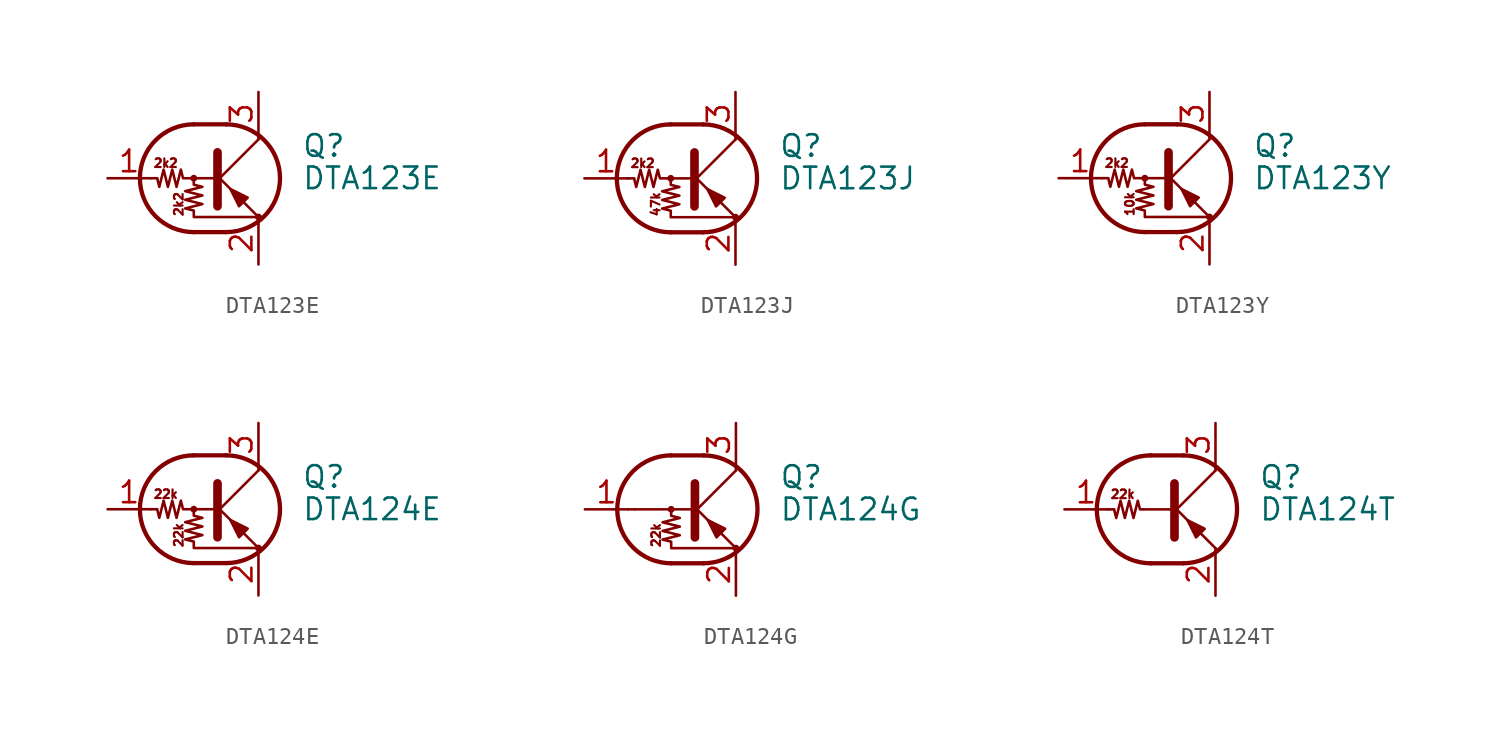
<source format=kicad_sym>
(kicad_symbol_lib
  (version 20201005)
  (generator kicad_symbol_editor)
  (symbol "DTA123E"
    (pin_names
      (offset 0) hide)
    (property "Reference" "Q"
      (at 5.08 1.905 0)
      (effects (font (size 1.27 1.27)) (justify left)))
    (property "Value" "DTA123E"
      (at 5.08 0 0)
      (effects (font (size 1.27 1.27)) (justify left)))
    (symbol "DTA123E_0_0"
      (text "2k2" (at -2.921 0.889 0) (effects (font (size 0.508 0.508))))
      (text "2k2" (at -2.159 -1.524 900) (effects (font (size 0.508 0.508)))))
    (symbol "DTA123E_0_1"
      (arc (start -1.27 3.175) (end -1.27 -3.175) (radius (at -1.27 0) (length 3.175) (angles 90.1 -90.1)) (stroke (width 0.254)) (fill (type none)))
      (arc (start 0.635 -3.175) (end 0.635 3.175) (radius (at 0.635 0) (length 3.175) (angles -89.9 89.9)) (stroke (width 0.254)) (fill (type none)))
      (circle (center -1.27 0) (radius 0.127) (stroke (width 0)) (fill (type none)))
      (circle (center 2.54 -2.286) (radius 0.127) (stroke (width 0)) (fill (type none)))
      (polyline (pts (xy -3.429 0) (xy -3.81 0)) (stroke (width 0)) (fill (type none)))
      (polyline (pts (xy -1.27 -3.175) (xy 0.635 -3.175)) (stroke (width 0.254)) (fill (type none)))
      (polyline (pts (xy -1.27 3.175) (xy 0.635 3.175)) (stroke (width 0.254)) (fill (type none)))
      (polyline (pts (xy 0 -0.254) (xy 2.54 2.286)) (stroke (width 0)) (fill (type none)))
      (polyline (pts (xy 2.54 2.286) (xy 2.54 2.54)) (stroke (width 0)) (fill (type none)))
      (polyline (pts (xy 2.54 -2.286) (xy 0 0.254) (xy 0 0.254)) (stroke (width 0)) (fill (type none)))
      (polyline (pts (xy 0 0) (xy -1.905 0) (xy -2.032 0.508) (xy -2.286 -0.508) (xy -2.54 0.508) (xy -2.794 -0.508) (xy -3.048 0.508) (xy -3.302 -0.508) (xy -3.429 0)) (stroke (width 0)) (fill (type none)))
      (polyline (pts (xy -1.27 0) (xy -1.27 -0.381) (xy -0.762 -0.508) (xy -1.778 -0.762) (xy -0.762 -1.016) (xy -1.778 -1.27) (xy -0.762 -1.524) (xy -1.778 -1.778) (xy -1.27 -1.905) (xy -1.27 -2.286) (xy 2.54 -2.286)) (stroke (width 0)) (fill (type none)))
      (polyline (pts (xy 0.127 1.524) (xy 0.127 -1.651)) (stroke (width 0.508)) (fill (type outline)))
      (polyline (pts (xy 1.397 -1.651) (xy 1.905 -1.143) (xy 0.889 -0.635) (xy 1.397 -1.651)) (stroke (width 0)) (fill (type outline))))
    (symbol "DTA123E_1_1"
      (pin input line (at -6.35 0 0) (length 2.54) (name "B" (effects (font (size 1.27 1.27)))) (number "1" (effects (font (size 1.27 1.27)))))
      (pin passive line (at 2.54 -5.08 90) (length 2.54) (name "E" (effects (font (size 1.27 1.27)))) (number "2" (effects (font (size 1.27 1.27)))))
      (pin passive line (at 2.54 5.08 270) (length 2.54) (name "C" (effects (font (size 1.27 1.27)))) (number "3" (effects (font (size 1.27 1.27)))))))
  (symbol "DTA123J"
    (pin_names
      (offset 0) hide)
    (property "Reference" "Q"
      (at 5.08 1.905 0)
      (effects (font (size 1.27 1.27)) (justify left)))
    (property "Value" "DTA123J"
      (at 5.08 0 0)
      (effects (font (size 1.27 1.27)) (justify left)))
    (symbol "DTA123J_0_0"
      (text "2k2" (at -2.921 0.889 0) (effects (font (size 0.508 0.508))))
      (text "47k" (at -2.159 -1.524 900) (effects (font (size 0.508 0.508)))))
    (symbol "DTA123J_0_1"
      (arc (start -1.27 3.175) (end -1.27 -3.175) (radius (at -1.27 0) (length 3.175) (angles 90.1 -90.1)) (stroke (width 0.254)) (fill (type none)))
      (arc (start 0.635 -3.175) (end 0.635 3.175) (radius (at 0.635 0) (length 3.175) (angles -89.9 89.9)) (stroke (width 0.254)) (fill (type none)))
      (circle (center -1.27 0) (radius 0.127) (stroke (width 0)) (fill (type none)))
      (circle (center 2.54 -2.286) (radius 0.127) (stroke (width 0)) (fill (type none)))
      (polyline (pts (xy -3.429 0) (xy -3.81 0)) (stroke (width 0)) (fill (type none)))
      (polyline (pts (xy -1.27 -3.175) (xy 0.635 -3.175)) (stroke (width 0.254)) (fill (type none)))
      (polyline (pts (xy -1.27 3.175) (xy 0.635 3.175)) (stroke (width 0.254)) (fill (type none)))
      (polyline (pts (xy 0 -0.254) (xy 2.54 2.286)) (stroke (width 0)) (fill (type none)))
      (polyline (pts (xy 2.54 2.286) (xy 2.54 2.54)) (stroke (width 0)) (fill (type none)))
      (polyline (pts (xy 2.54 -2.286) (xy 0 0.254) (xy 0 0.254)) (stroke (width 0)) (fill (type none)))
      (polyline (pts (xy 0 0) (xy -1.905 0) (xy -2.032 0.508) (xy -2.286 -0.508) (xy -2.54 0.508) (xy -2.794 -0.508) (xy -3.048 0.508) (xy -3.302 -0.508) (xy -3.429 0)) (stroke (width 0)) (fill (type none)))
      (polyline (pts (xy -1.27 0) (xy -1.27 -0.381) (xy -0.762 -0.508) (xy -1.778 -0.762) (xy -0.762 -1.016) (xy -1.778 -1.27) (xy -0.762 -1.524) (xy -1.778 -1.778) (xy -1.27 -1.905) (xy -1.27 -2.286) (xy 2.54 -2.286)) (stroke (width 0)) (fill (type none)))
      (polyline (pts (xy 0.127 1.524) (xy 0.127 -1.651)) (stroke (width 0.508)) (fill (type outline)))
      (polyline (pts (xy 1.397 -1.651) (xy 1.905 -1.143) (xy 0.889 -0.635) (xy 1.397 -1.651)) (stroke (width 0)) (fill (type outline))))
    (symbol "DTA123J_1_1"
      (pin input line (at -6.35 0 0) (length 2.54) (name "B" (effects (font (size 1.27 1.27)))) (number "1" (effects (font (size 1.27 1.27)))))
      (pin passive line (at 2.54 -5.08 90) (length 2.54) (name "E" (effects (font (size 1.27 1.27)))) (number "2" (effects (font (size 1.27 1.27)))))
      (pin passive line (at 2.54 5.08 270) (length 2.54) (name "C" (effects (font (size 1.27 1.27)))) (number "3" (effects (font (size 1.27 1.27)))))))
  (symbol "DTA123Y"
    (pin_names
      (offset 0) hide)
    (property "Reference" "Q"
      (at 5.08 1.905 0)
      (effects (font (size 1.27 1.27)) (justify left)))
    (property "Value" "DTA123Y"
      (at 5.08 0 0)
      (effects (font (size 1.27 1.27)) (justify left)))
    (symbol "DTA123Y_0_0"
      (text "10k" (at -2.159 -1.524 900) (effects (font (size 0.508 0.508))))
      (text "2k2" (at -2.921 0.889 0) (effects (font (size 0.508 0.508)))))
    (symbol "DTA123Y_0_1"
      (arc (start -1.27 3.175) (end -1.27 -3.175) (radius (at -1.27 0) (length 3.175) (angles 90.1 -90.1)) (stroke (width 0.254)) (fill (type none)))
      (arc (start 0.635 -3.175) (end 0.635 3.175) (radius (at 0.635 0) (length 3.175) (angles -89.9 89.9)) (stroke (width 0.254)) (fill (type none)))
      (circle (center -1.27 0) (radius 0.127) (stroke (width 0)) (fill (type none)))
      (circle (center 2.54 -2.286) (radius 0.127) (stroke (width 0)) (fill (type none)))
      (polyline (pts (xy -3.429 0) (xy -3.81 0)) (stroke (width 0)) (fill (type none)))
      (polyline (pts (xy -1.27 -3.175) (xy 0.635 -3.175)) (stroke (width 0.254)) (fill (type none)))
      (polyline (pts (xy -1.27 3.175) (xy 0.635 3.175)) (stroke (width 0.254)) (fill (type none)))
      (polyline (pts (xy 0 -0.254) (xy 2.54 2.286)) (stroke (width 0)) (fill (type none)))
      (polyline (pts (xy 2.54 2.286) (xy 2.54 2.54)) (stroke (width 0)) (fill (type none)))
      (polyline (pts (xy 2.54 -2.286) (xy 0 0.254) (xy 0 0.254)) (stroke (width 0)) (fill (type none)))
      (polyline (pts (xy 0 0) (xy -1.905 0) (xy -2.032 0.508) (xy -2.286 -0.508) (xy -2.54 0.508) (xy -2.794 -0.508) (xy -3.048 0.508) (xy -3.302 -0.508) (xy -3.429 0)) (stroke (width 0)) (fill (type none)))
      (polyline (pts (xy -1.27 0) (xy -1.27 -0.381) (xy -0.762 -0.508) (xy -1.778 -0.762) (xy -0.762 -1.016) (xy -1.778 -1.27) (xy -0.762 -1.524) (xy -1.778 -1.778) (xy -1.27 -1.905) (xy -1.27 -2.286) (xy 2.54 -2.286)) (stroke (width 0)) (fill (type none)))
      (polyline (pts (xy 0.127 1.524) (xy 0.127 -1.651)) (stroke (width 0.508)) (fill (type outline)))
      (polyline (pts (xy 1.397 -1.651) (xy 1.905 -1.143) (xy 0.889 -0.635) (xy 1.397 -1.651)) (stroke (width 0)) (fill (type outline))))
    (symbol "DTA123Y_1_1"
      (pin input line (at -6.35 0 0) (length 2.54) (name "B" (effects (font (size 1.27 1.27)))) (number "1" (effects (font (size 1.27 1.27)))))
      (pin passive line (at 2.54 -5.08 90) (length 2.54) (name "E" (effects (font (size 1.27 1.27)))) (number "2" (effects (font (size 1.27 1.27)))))
      (pin passive line (at 2.54 5.08 270) (length 2.54) (name "C" (effects (font (size 1.27 1.27)))) (number "3" (effects (font (size 1.27 1.27)))))))
  (symbol "DTA124E"
    (pin_names
      (offset 0) hide)
    (property "Reference" "Q"
      (at 5.08 1.905 0)
      (effects (font (size 1.27 1.27)) (justify left)))
    (property "Value" "DTA124E"
      (at 5.08 0 0)
      (effects (font (size 1.27 1.27)) (justify left)))
    (symbol "DTA124E_0_0"
      (text "22k" (at -2.921 0.889 0) (effects (font (size 0.508 0.508))))
      (text "22k" (at -2.159 -1.524 900) (effects (font (size 0.508 0.508)))))
    (symbol "DTA124E_0_1"
      (arc (start -1.27 3.175) (end -1.27 -3.175) (radius (at -1.27 0) (length 3.175) (angles 90.1 -90.1)) (stroke (width 0.254)) (fill (type none)))
      (arc (start 0.635 -3.175) (end 0.635 3.175) (radius (at 0.635 0) (length 3.175) (angles -89.9 89.9)) (stroke (width 0.254)) (fill (type none)))
      (circle (center -1.27 0) (radius 0.127) (stroke (width 0)) (fill (type none)))
      (circle (center 2.54 -2.286) (radius 0.127) (stroke (width 0)) (fill (type none)))
      (polyline (pts (xy -3.429 0) (xy -3.81 0)) (stroke (width 0)) (fill (type none)))
      (polyline (pts (xy -1.27 -3.175) (xy 0.635 -3.175)) (stroke (width 0.254)) (fill (type none)))
      (polyline (pts (xy -1.27 3.175) (xy 0.635 3.175)) (stroke (width 0.254)) (fill (type none)))
      (polyline (pts (xy 0 -0.254) (xy 2.54 2.286)) (stroke (width 0)) (fill (type none)))
      (polyline (pts (xy 2.54 2.286) (xy 2.54 2.54)) (stroke (width 0)) (fill (type none)))
      (polyline (pts (xy 2.54 -2.286) (xy 0 0.254) (xy 0 0.254)) (stroke (width 0)) (fill (type none)))
      (polyline (pts (xy 0 0) (xy -1.905 0) (xy -2.032 0.508) (xy -2.286 -0.508) (xy -2.54 0.508) (xy -2.794 -0.508) (xy -3.048 0.508) (xy -3.302 -0.508) (xy -3.429 0)) (stroke (width 0)) (fill (type none)))
      (polyline (pts (xy -1.27 0) (xy -1.27 -0.381) (xy -0.762 -0.508) (xy -1.778 -0.762) (xy -0.762 -1.016) (xy -1.778 -1.27) (xy -0.762 -1.524) (xy -1.778 -1.778) (xy -1.27 -1.905) (xy -1.27 -2.286) (xy 2.54 -2.286)) (stroke (width 0)) (fill (type none)))
      (polyline (pts (xy 0.127 1.524) (xy 0.127 -1.651)) (stroke (width 0.508)) (fill (type outline)))
      (polyline (pts (xy 1.397 -1.651) (xy 1.905 -1.143) (xy 0.889 -0.635) (xy 1.397 -1.651)) (stroke (width 0)) (fill (type outline))))
    (symbol "DTA124E_1_1"
      (pin input line (at -6.35 0 0) (length 2.54) (name "B" (effects (font (size 1.27 1.27)))) (number "1" (effects (font (size 1.27 1.27)))))
      (pin passive line (at 2.54 -5.08 90) (length 2.54) (name "E" (effects (font (size 1.27 1.27)))) (number "2" (effects (font (size 1.27 1.27)))))
      (pin passive line (at 2.54 5.08 270) (length 2.54) (name "C" (effects (font (size 1.27 1.27)))) (number "3" (effects (font (size 1.27 1.27)))))))
  (symbol "DTA124G"
    (pin_names
      (offset 0) hide)
    (property "Reference" "Q"
      (at 5.08 1.905 0)
      (effects (font (size 1.27 1.27)) (justify left)))
    (property "Value" "DTA124G"
      (at 5.08 0 0)
      (effects (font (size 1.27 1.27)) (justify left)))
    (symbol "DTA124G_0_0"
      (text "22k" (at -2.159 -1.524 900) (effects (font (size 0.508 0.508))))
      (polyline (pts (xy -3.429 0) (xy 0 0)) (stroke (width 0)) (fill (type none))))
    (symbol "DTA124G_0_1"
      (arc (start -1.27 3.175) (end -1.27 -3.175) (radius (at -1.27 0) (length 3.175) (angles 90.1 -90.1)) (stroke (width 0.254)) (fill (type none)))
      (arc (start 0.635 -3.175) (end 0.635 3.175) (radius (at 0.635 0) (length 3.175) (angles -89.9 89.9)) (stroke (width 0.254)) (fill (type none)))
      (circle (center -1.27 0) (radius 0.127) (stroke (width 0)) (fill (type none)))
      (circle (center 2.54 -2.286) (radius 0.127) (stroke (width 0)) (fill (type none)))
      (polyline (pts (xy -3.429 0) (xy -3.81 0)) (stroke (width 0)) (fill (type none)))
      (polyline (pts (xy -1.27 -3.175) (xy 0.635 -3.175)) (stroke (width 0.254)) (fill (type none)))
      (polyline (pts (xy -1.27 3.175) (xy 0.635 3.175)) (stroke (width 0.254)) (fill (type none)))
      (polyline (pts (xy 0 -0.254) (xy 2.54 2.286)) (stroke (width 0)) (fill (type none)))
      (polyline (pts (xy 2.54 2.286) (xy 2.54 2.54)) (stroke (width 0)) (fill (type none)))
      (polyline (pts (xy 2.54 -2.286) (xy 0 0.254) (xy 0 0.254)) (stroke (width 0)) (fill (type none)))
      (polyline (pts (xy -1.27 0) (xy -1.27 -0.381) (xy -0.762 -0.508) (xy -1.778 -0.762) (xy -0.762 -1.016) (xy -1.778 -1.27) (xy -0.762 -1.524) (xy -1.778 -1.778) (xy -1.27 -1.905) (xy -1.27 -2.286) (xy 2.54 -2.286)) (stroke (width 0)) (fill (type none)))
      (polyline (pts (xy 0.127 1.524) (xy 0.127 -1.651)) (stroke (width 0.508)) (fill (type outline)))
      (polyline (pts (xy 1.397 -1.651) (xy 1.905 -1.143) (xy 0.889 -0.635) (xy 1.397 -1.651)) (stroke (width 0)) (fill (type outline))))
    (symbol "DTA124G_1_1"
      (pin input line (at -6.35 0 0) (length 2.54) (name "B" (effects (font (size 1.27 1.27)))) (number "1" (effects (font (size 1.27 1.27)))))
      (pin passive line (at 2.54 -5.08 90) (length 2.54) (name "E" (effects (font (size 1.27 1.27)))) (number "2" (effects (font (size 1.27 1.27)))))
      (pin passive line (at 2.54 5.08 270) (length 2.54) (name "C" (effects (font (size 1.27 1.27)))) (number "3" (effects (font (size 1.27 1.27)))))))
  (symbol "DTA124T"
    (pin_names
      (offset 0) hide)
    (property "Reference" "Q"
      (at 5.08 1.905 0)
      (effects (font (size 1.27 1.27)) (justify left)))
    (property "Value" "DTA124T"
      (at 5.08 0 0)
      (effects (font (size 1.27 1.27)) (justify left)))
    (symbol "DTA124T_0_0"
      (text "22k" (at -2.921 0.889 0) (effects (font (size 0.508 0.508))))
      (polyline (pts (xy 2.54 -2.286) (xy 2.54 -2.54)) (stroke (width 0)) (fill (type none))))
    (symbol "DTA124T_0_1"
      (arc (start -1.27 3.175) (end -1.27 -3.175) (radius (at -1.27 0) (length 3.175) (angles 90.1 -90.1)) (stroke (width 0.254)) (fill (type none)))
      (arc (start 0.635 -3.175) (end 0.635 3.175) (radius (at 0.635 0) (length 3.175) (angles -89.9 89.9)) (stroke (width 0.254)) (fill (type none)))
      (polyline (pts (xy -3.429 0) (xy -3.81 0)) (stroke (width 0)) (fill (type none)))
      (polyline (pts (xy -1.27 -3.175) (xy 0.635 -3.175)) (stroke (width 0.254)) (fill (type none)))
      (polyline (pts (xy -1.27 3.175) (xy 0.635 3.175)) (stroke (width 0.254)) (fill (type none)))
      (polyline (pts (xy 0 -0.254) (xy 2.54 2.286)) (stroke (width 0)) (fill (type none)))
      (polyline (pts (xy 2.54 2.286) (xy 2.54 2.54)) (stroke (width 0)) (fill (type none)))
      (polyline (pts (xy 2.54 -2.286) (xy 0 0.254) (xy 0 0.254)) (stroke (width 0)) (fill (type none)))
      (polyline (pts (xy 0 0) (xy -1.905 0) (xy -2.032 0.508) (xy -2.286 -0.508) (xy -2.54 0.508) (xy -2.794 -0.508) (xy -3.048 0.508) (xy -3.302 -0.508) (xy -3.429 0)) (stroke (width 0)) (fill (type none)))
      (polyline (pts (xy 0.127 1.524) (xy 0.127 -1.651)) (stroke (width 0.508)) (fill (type outline)))
      (polyline (pts (xy 1.397 -1.651) (xy 1.905 -1.143) (xy 0.889 -0.635) (xy 1.397 -1.651)) (stroke (width 0)) (fill (type outline))))
    (symbol "DTA124T_1_1"
      (pin input line (at -6.35 0 0) (length 2.54) (name "B" (effects (font (size 1.27 1.27)))) (number "1" (effects (font (size 1.27 1.27)))))
      (pin passive line (at 2.54 -5.08 90) (length 2.54) (name "E" (effects (font (size 1.27 1.27)))) (number "2" (effects (font (size 1.27 1.27)))))
      (pin passive line (at 2.54 5.08 270) (length 2.54) (name "C" (effects (font (size 1.27 1.27)))) (number "3" (effects (font (size 1.27 1.27))))))))
</source>
